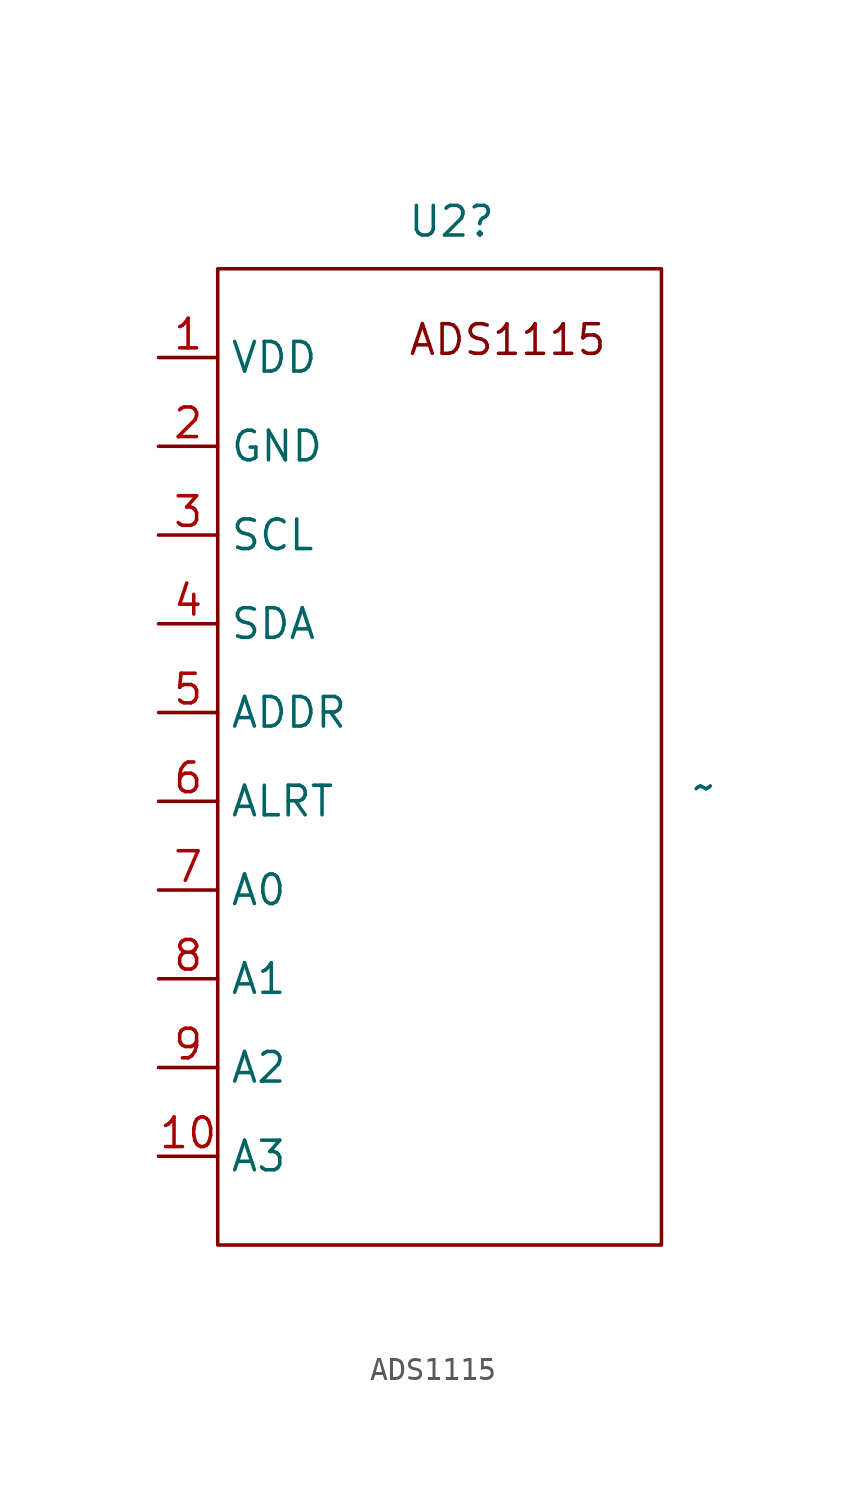
<source format=kicad_sym>
(kicad_symbol_lib
  (version 20241209)
  (generator "kicad_symbol_editor")
  (generator_version "9.0")
  (symbol "ADS1115"
    (property "Reference" "U2"
      (at -0.762 19.812 0)
      (effects (font (size 1.27 1.27)) (justify left)))
    (property "Value" "~"
      (at 11.43 -4.445 0)
      (effects (font (size 1.27 1.27)) (justify left)))
    (symbol "ADS1115_0_1"
      (rectangle (start -8.89 17.78) (end 10.16 -24.13) (stroke (width 0) (type default)) (fill (type none))))
    (symbol "ADS1115_1_1"
      (text "ADS1115" (at 3.556 14.732 0) (effects (font (size 1.27 1.27))))
      (pin power_in line (at -11.43 13.97 0) (length 2.54) (name "VDD" (effects (font (size 1.27 1.27)))) (number "1" (effects (font (size 1.27 1.27)))))
      (pin power_in line (at -11.43 10.16 0) (length 2.54) (name "GND" (effects (font (size 1.27 1.27)))) (number "2" (effects (font (size 1.27 1.27)))))
      (pin bidirectional line (at -11.43 6.35 0) (length 2.54) (name "SCL" (effects (font (size 1.27 1.27)))) (number "3" (effects (font (size 1.27 1.27)))))
      (pin bidirectional line (at -11.43 2.54 0) (length 2.54) (name "SDA" (effects (font (size 1.27 1.27)))) (number "4" (effects (font (size 1.27 1.27)))))
      (pin bidirectional line (at -11.43 -1.27 0) (length 2.54) (name "ADDR" (effects (font (size 1.27 1.27)))) (number "5" (effects (font (size 1.27 1.27)))))
      (pin bidirectional line (at -11.43 -5.08 0) (length 2.54) (name "ALRT" (effects (font (size 1.27 1.27)))) (number "6" (effects (font (size 1.27 1.27)))))
      (pin input line (at -11.43 -8.89 0) (length 2.54) (name "A0" (effects (font (size 1.27 1.27)))) (number "7" (effects (font (size 1.27 1.27)))))
      (pin input line (at -11.43 -12.7 0) (length 2.54) (name "A1" (effects (font (size 1.27 1.27)))) (number "8" (effects (font (size 1.27 1.27)))))
      (pin input line (at -11.43 -16.51 0) (length 2.54) (name "A2" (effects (font (size 1.27 1.27)))) (number "9" (effects (font (size 1.27 1.27)))))
      (pin input line (at -11.43 -20.32 0) (length 2.54) (name "A3" (effects (font (size 1.27 1.27)))) (number "10" (effects (font (size 1.27 1.27))))))))
</source>
